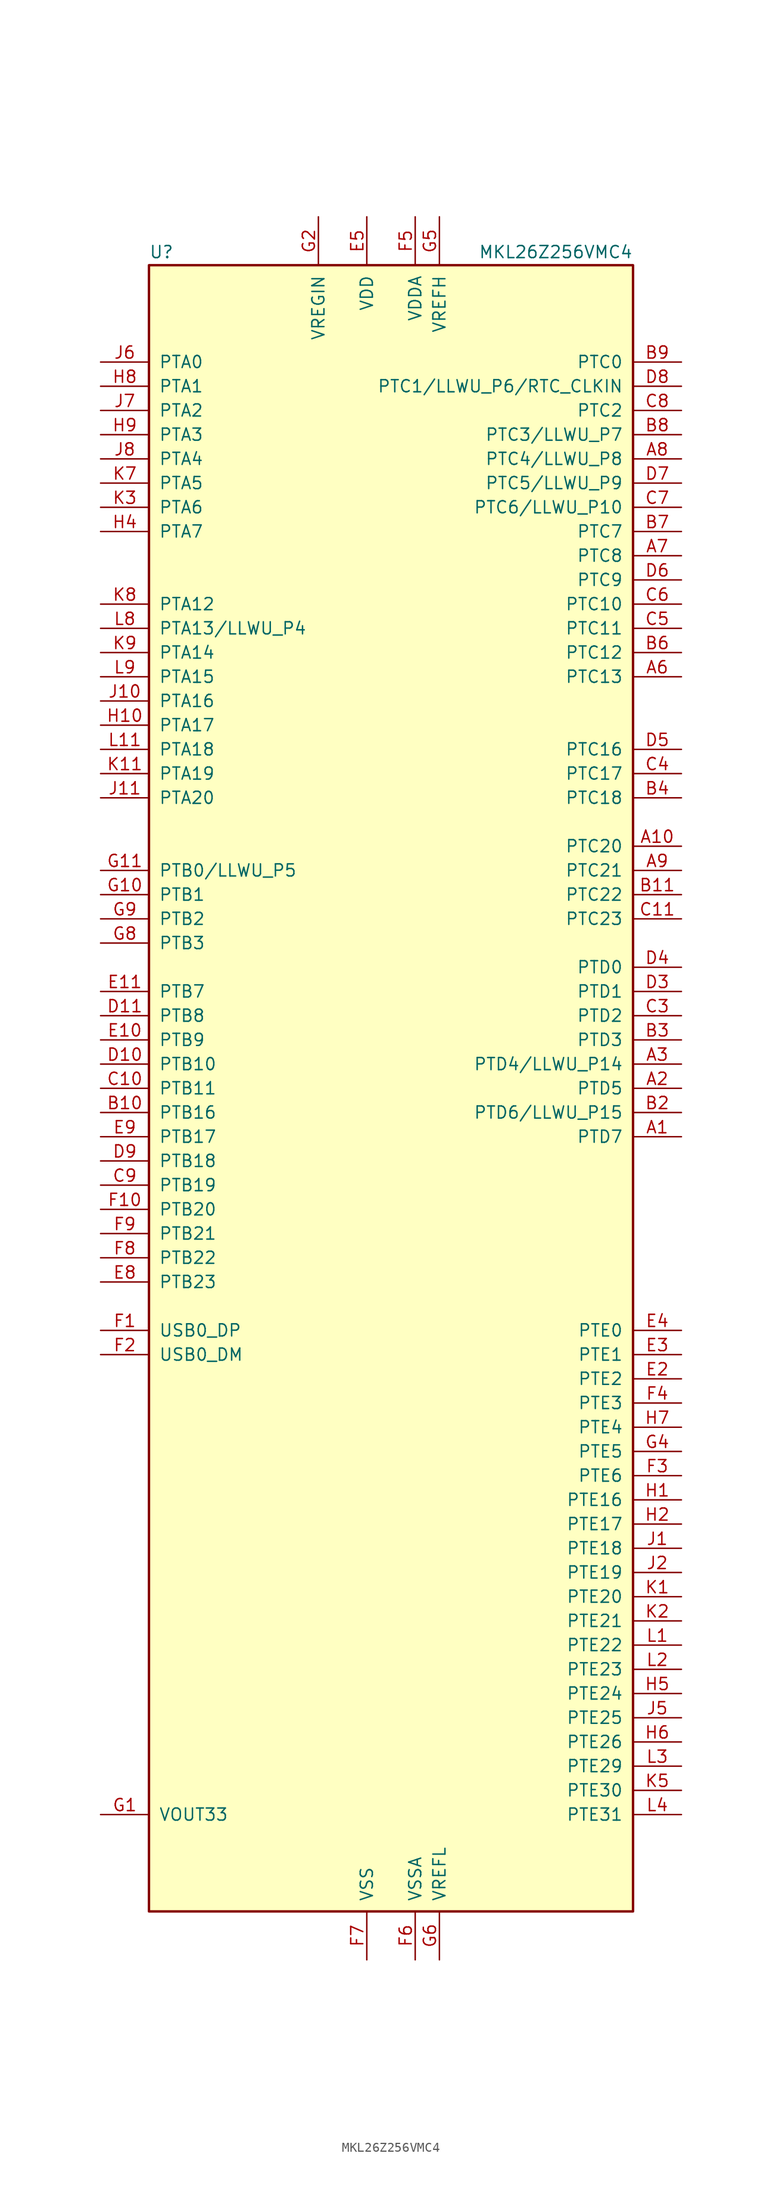
<source format=kicad_sym>
(kicad_symbol_lib
  (version 20241209)
  (generator "kicad_symbol_editor")
  (generator_version "9.0")
  (symbol "MKL26Z256VMC4"
    (pin_names
      (offset 1.016))
    (property "Reference" "U"
      (at -25.4 86.995 0)
      (effects (font (size 1.27 1.27)) (justify left bottom)))
    (property "Value" "MKL26Z256VMC4"
      (at 25.4 86.995 0)
      (effects (font (size 1.27 1.27)) (justify right bottom)))
    (symbol "MKL26Z256VMC4_0_1"
      (rectangle (start -25.4 86.36) (end 25.4 -86.36) (stroke (width 0.254) (type default)) (fill (type background))))
    (symbol "MKL26Z256VMC4_1_1"
      (pin bidirectional line (at -30.48 76.2 0) (length 5.08) (name "PTA0" (effects (font (size 1.27 1.27)))) (number "J6" (effects (font (size 1.27 1.27)))))
      (pin bidirectional line (at -30.48 73.66 0) (length 5.08) (name "PTA1" (effects (font (size 1.27 1.27)))) (number "H8" (effects (font (size 1.27 1.27)))))
      (pin bidirectional line (at -30.48 71.12 0) (length 5.08) (name "PTA2" (effects (font (size 1.27 1.27)))) (number "J7" (effects (font (size 1.27 1.27)))))
      (pin bidirectional line (at -30.48 68.58 0) (length 5.08) (name "PTA3" (effects (font (size 1.27 1.27)))) (number "H9" (effects (font (size 1.27 1.27)))))
      (pin bidirectional line (at -30.48 66.04 0) (length 5.08) (name "PTA4" (effects (font (size 1.27 1.27)))) (number "J8" (effects (font (size 1.27 1.27)))))
      (pin bidirectional line (at -30.48 63.5 0) (length 5.08) (name "PTA5" (effects (font (size 1.27 1.27)))) (number "K7" (effects (font (size 1.27 1.27)))))
      (pin bidirectional line (at -30.48 60.96 0) (length 5.08) (name "PTA6" (effects (font (size 1.27 1.27)))) (number "K3" (effects (font (size 1.27 1.27)))))
      (pin bidirectional line (at -30.48 58.42 0) (length 5.08) (name "PTA7" (effects (font (size 1.27 1.27)))) (number "H4" (effects (font (size 1.27 1.27)))))
      (pin bidirectional line (at -30.48 50.8 0) (length 5.08) (name "PTA12" (effects (font (size 1.27 1.27)))) (number "K8" (effects (font (size 1.27 1.27)))))
      (pin bidirectional line (at -30.48 48.26 0) (length 5.08) (name "PTA13/LLWU_P4" (effects (font (size 1.27 1.27)))) (number "L8" (effects (font (size 1.27 1.27)))))
      (pin bidirectional line (at -30.48 45.72 0) (length 5.08) (name "PTA14" (effects (font (size 1.27 1.27)))) (number "K9" (effects (font (size 1.27 1.27)))))
      (pin bidirectional line (at -30.48 43.18 0) (length 5.08) (name "PTA15" (effects (font (size 1.27 1.27)))) (number "L9" (effects (font (size 1.27 1.27)))))
      (pin bidirectional line (at -30.48 40.64 0) (length 5.08) (name "PTA16" (effects (font (size 1.27 1.27)))) (number "J10" (effects (font (size 1.27 1.27)))))
      (pin bidirectional line (at -30.48 38.1 0) (length 5.08) (name "PTA17" (effects (font (size 1.27 1.27)))) (number "H10" (effects (font (size 1.27 1.27)))))
      (pin bidirectional line (at -30.48 35.56 0) (length 5.08) (name "PTA18" (effects (font (size 1.27 1.27)))) (number "L11" (effects (font (size 1.27 1.27)))))
      (pin bidirectional line (at -30.48 33.02 0) (length 5.08) (name "PTA19" (effects (font (size 1.27 1.27)))) (number "K11" (effects (font (size 1.27 1.27)))))
      (pin bidirectional line (at -30.48 30.48 0) (length 5.08) (name "PTA20" (effects (font (size 1.27 1.27)))) (number "J11" (effects (font (size 1.27 1.27)))))
      (pin bidirectional line (at -30.48 22.86 0) (length 5.08) (name "PTB0/LLWU_P5" (effects (font (size 1.27 1.27)))) (number "G11" (effects (font (size 1.27 1.27)))))
      (pin bidirectional line (at -30.48 20.32 0) (length 5.08) (name "PTB1" (effects (font (size 1.27 1.27)))) (number "G10" (effects (font (size 1.27 1.27)))))
      (pin bidirectional line (at -30.48 17.78 0) (length 5.08) (name "PTB2" (effects (font (size 1.27 1.27)))) (number "G9" (effects (font (size 1.27 1.27)))))
      (pin bidirectional line (at -30.48 15.24 0) (length 5.08) (name "PTB3" (effects (font (size 1.27 1.27)))) (number "G8" (effects (font (size 1.27 1.27)))))
      (pin bidirectional line (at -30.48 10.16 0) (length 5.08) (name "PTB7" (effects (font (size 1.27 1.27)))) (number "E11" (effects (font (size 1.27 1.27)))))
      (pin bidirectional line (at -30.48 7.62 0) (length 5.08) (name "PTB8" (effects (font (size 1.27 1.27)))) (number "D11" (effects (font (size 1.27 1.27)))))
      (pin bidirectional line (at -30.48 5.08 0) (length 5.08) (name "PTB9" (effects (font (size 1.27 1.27)))) (number "E10" (effects (font (size 1.27 1.27)))))
      (pin bidirectional line (at -30.48 2.54 0) (length 5.08) (name "PTB10" (effects (font (size 1.27 1.27)))) (number "D10" (effects (font (size 1.27 1.27)))))
      (pin bidirectional line (at -30.48 0 0) (length 5.08) (name "PTB11" (effects (font (size 1.27 1.27)))) (number "C10" (effects (font (size 1.27 1.27)))))
      (pin bidirectional line (at -30.48 -2.54 0) (length 5.08) (name "PTB16" (effects (font (size 1.27 1.27)))) (number "B10" (effects (font (size 1.27 1.27)))))
      (pin bidirectional line (at -30.48 -5.08 0) (length 5.08) (name "PTB17" (effects (font (size 1.27 1.27)))) (number "E9" (effects (font (size 1.27 1.27)))))
      (pin bidirectional line (at -30.48 -7.62 0) (length 5.08) (name "PTB18" (effects (font (size 1.27 1.27)))) (number "D9" (effects (font (size 1.27 1.27)))))
      (pin bidirectional line (at -30.48 -10.16 0) (length 5.08) (name "PTB19" (effects (font (size 1.27 1.27)))) (number "C9" (effects (font (size 1.27 1.27)))))
      (pin bidirectional line (at -30.48 -12.7 0) (length 5.08) (name "PTB20" (effects (font (size 1.27 1.27)))) (number "F10" (effects (font (size 1.27 1.27)))))
      (pin bidirectional line (at -30.48 -15.24 0) (length 5.08) (name "PTB21" (effects (font (size 1.27 1.27)))) (number "F9" (effects (font (size 1.27 1.27)))))
      (pin bidirectional line (at -30.48 -17.78 0) (length 5.08) (name "PTB22" (effects (font (size 1.27 1.27)))) (number "F8" (effects (font (size 1.27 1.27)))))
      (pin bidirectional line (at -30.48 -20.32 0) (length 5.08) (name "PTB23" (effects (font (size 1.27 1.27)))) (number "E8" (effects (font (size 1.27 1.27)))))
      (pin bidirectional line (at -30.48 -25.4 0) (length 5.08) (name "USB0_DP" (effects (font (size 1.27 1.27)))) (number "F1" (effects (font (size 1.27 1.27)))))
      (pin bidirectional line (at -30.48 -27.94 0) (length 5.08) (name "USB0_DM" (effects (font (size 1.27 1.27)))) (number "F2" (effects (font (size 1.27 1.27)))))
      (pin power_out line (at -30.48 -76.2 0) (length 5.08) (name "VOUT33" (effects (font (size 1.27 1.27)))) (number "G1" (effects (font (size 1.27 1.27)))))
      (pin no_connect line (at -25.4 55.88 0) (length 5.08) (hide yes) (name "NC" (effects (font (size 1.27 1.27)))) (number "J9" (effects (font (size 1.27 1.27)))))
      (pin no_connect line (at -25.4 53.34 0) (length 5.08) (hide yes) (name "NC" (effects (font (size 1.27 1.27)))) (number "J4" (effects (font (size 1.27 1.27)))))
      (pin no_connect line (at -25.4 27.94 0) (length 5.08) (hide yes) (name "NC" (effects (font (size 1.27 1.27)))) (number "H11" (effects (font (size 1.27 1.27)))))
      (pin no_connect line (at -25.4 12.7 0) (length 5.08) (hide yes) (name "NC" (effects (font (size 1.27 1.27)))) (number "F11" (effects (font (size 1.27 1.27)))))
      (pin no_connect line (at -25.4 -63.5 0) (length 5.08) (hide yes) (name "NC" (effects (font (size 1.27 1.27)))) (number "H3" (effects (font (size 1.27 1.27)))))
      (pin no_connect line (at -25.4 -66.04 0) (length 5.08) (hide yes) (name "NC" (effects (font (size 1.27 1.27)))) (number "J3" (effects (font (size 1.27 1.27)))))
      (pin no_connect line (at -25.4 -68.58 0) (length 5.08) (hide yes) (name "NC" (effects (font (size 1.27 1.27)))) (number "K4" (effects (font (size 1.27 1.27)))))
      (pin no_connect line (at -25.4 -71.12 0) (length 5.08) (hide yes) (name "NC" (effects (font (size 1.27 1.27)))) (number "L7" (effects (font (size 1.27 1.27)))))
      (pin no_connect line (at -15.24 -86.36 90) (length 5.08) (hide yes) (name "NC" (effects (font (size 1.27 1.27)))) (number "A11" (effects (font (size 1.27 1.27)))))
      (pin power_in line (at -7.62 91.44 270) (length 5.08) (name "VREGIN" (effects (font (size 1.27 1.27)))) (number "G2" (effects (font (size 1.27 1.27)))))
      (pin power_in line (at -2.54 91.44 270) (length 5.08) (name "VDD" (effects (font (size 1.27 1.27)))) (number "E5" (effects (font (size 1.27 1.27)))))
      (pin passive line (at -2.54 91.44 270) (length 5.08) (hide yes) (name "VDD" (effects (font (size 1.27 1.27)))) (number "E6" (effects (font (size 1.27 1.27)))))
      (pin passive line (at -2.54 91.44 270) (length 5.08) (hide yes) (name "VDD" (effects (font (size 1.27 1.27)))) (number "E7" (effects (font (size 1.27 1.27)))))
      (pin passive line (at -2.54 91.44 270) (length 5.08) (hide yes) (name "VDD" (effects (font (size 1.27 1.27)))) (number "K6" (effects (font (size 1.27 1.27)))))
      (pin passive line (at -2.54 91.44 270) (length 5.08) (hide yes) (name "VDD" (effects (font (size 1.27 1.27)))) (number "L10" (effects (font (size 1.27 1.27)))))
      (pin power_in line (at -2.54 -91.44 90) (length 5.08) (name "VSS" (effects (font (size 1.27 1.27)))) (number "F7" (effects (font (size 1.27 1.27)))))
      (pin passive line (at -2.54 -91.44 90) (length 5.08) (hide yes) (name "VSS" (effects (font (size 1.27 1.27)))) (number "G3" (effects (font (size 1.27 1.27)))))
      (pin passive line (at -2.54 -91.44 90) (length 5.08) (hide yes) (name "VSS" (effects (font (size 1.27 1.27)))) (number "G7" (effects (font (size 1.27 1.27)))))
      (pin passive line (at -2.54 -91.44 90) (length 5.08) (hide yes) (name "VSS" (effects (font (size 1.27 1.27)))) (number "K10" (effects (font (size 1.27 1.27)))))
      (pin passive line (at -2.54 -91.44 90) (length 5.08) (hide yes) (name "VSS" (effects (font (size 1.27 1.27)))) (number "L5" (effects (font (size 1.27 1.27)))))
      (pin passive line (at -2.54 -91.44 90) (length 5.08) (hide yes) (name "VSS" (effects (font (size 1.27 1.27)))) (number "L6" (effects (font (size 1.27 1.27)))))
      (pin power_in line (at 2.54 91.44 270) (length 5.08) (name "VDDA" (effects (font (size 1.27 1.27)))) (number "F5" (effects (font (size 1.27 1.27)))))
      (pin power_in line (at 2.54 -91.44 90) (length 5.08) (name "VSSA" (effects (font (size 1.27 1.27)))) (number "F6" (effects (font (size 1.27 1.27)))))
      (pin power_in line (at 5.08 91.44 270) (length 5.08) (name "VREFH" (effects (font (size 1.27 1.27)))) (number "G5" (effects (font (size 1.27 1.27)))))
      (pin power_in line (at 5.08 -91.44 90) (length 5.08) (name "VREFL" (effects (font (size 1.27 1.27)))) (number "G6" (effects (font (size 1.27 1.27)))))
      (pin no_connect line (at 25.4 40.64 180) (length 5.08) (hide yes) (name "NC" (effects (font (size 1.27 1.27)))) (number "A5" (effects (font (size 1.27 1.27)))))
      (pin no_connect line (at 25.4 38.1 180) (length 5.08) (hide yes) (name "NC" (effects (font (size 1.27 1.27)))) (number "B5" (effects (font (size 1.27 1.27)))))
      (pin no_connect line (at 25.4 27.94 180) (length 5.08) (hide yes) (name "NC" (effects (font (size 1.27 1.27)))) (number "A4" (effects (font (size 1.27 1.27)))))
      (pin no_connect line (at 25.4 -7.62 180) (length 5.08) (hide yes) (name "NC" (effects (font (size 1.27 1.27)))) (number "B1" (effects (font (size 1.27 1.27)))))
      (pin no_connect line (at 25.4 -10.16 180) (length 5.08) (hide yes) (name "NC" (effects (font (size 1.27 1.27)))) (number "C2" (effects (font (size 1.27 1.27)))))
      (pin no_connect line (at 25.4 -12.7 180) (length 5.08) (hide yes) (name "NC" (effects (font (size 1.27 1.27)))) (number "C1" (effects (font (size 1.27 1.27)))))
      (pin no_connect line (at 25.4 -15.24 180) (length 5.08) (hide yes) (name "NC" (effects (font (size 1.27 1.27)))) (number "D2" (effects (font (size 1.27 1.27)))))
      (pin no_connect line (at 25.4 -17.78 180) (length 5.08) (hide yes) (name "NC" (effects (font (size 1.27 1.27)))) (number "D1" (effects (font (size 1.27 1.27)))))
      (pin no_connect line (at 25.4 -20.32 180) (length 5.08) (hide yes) (name "NC" (effects (font (size 1.27 1.27)))) (number "E1" (effects (font (size 1.27 1.27)))))
      (pin bidirectional line (at 30.48 76.2 180) (length 5.08) (name "PTC0" (effects (font (size 1.27 1.27)))) (number "B9" (effects (font (size 1.27 1.27)))))
      (pin bidirectional line (at 30.48 73.66 180) (length 5.08) (name "PTC1/LLWU_P6/RTC_CLKIN" (effects (font (size 1.27 1.27)))) (number "D8" (effects (font (size 1.27 1.27)))))
      (pin bidirectional line (at 30.48 71.12 180) (length 5.08) (name "PTC2" (effects (font (size 1.27 1.27)))) (number "C8" (effects (font (size 1.27 1.27)))))
      (pin bidirectional line (at 30.48 68.58 180) (length 5.08) (name "PTC3/LLWU_P7" (effects (font (size 1.27 1.27)))) (number "B8" (effects (font (size 1.27 1.27)))))
      (pin bidirectional line (at 30.48 66.04 180) (length 5.08) (name "PTC4/LLWU_P8" (effects (font (size 1.27 1.27)))) (number "A8" (effects (font (size 1.27 1.27)))))
      (pin bidirectional line (at 30.48 63.5 180) (length 5.08) (name "PTC5/LLWU_P9" (effects (font (size 1.27 1.27)))) (number "D7" (effects (font (size 1.27 1.27)))))
      (pin bidirectional line (at 30.48 60.96 180) (length 5.08) (name "PTC6/LLWU_P10" (effects (font (size 1.27 1.27)))) (number "C7" (effects (font (size 1.27 1.27)))))
      (pin bidirectional line (at 30.48 58.42 180) (length 5.08) (name "PTC7" (effects (font (size 1.27 1.27)))) (number "B7" (effects (font (size 1.27 1.27)))))
      (pin bidirectional line (at 30.48 55.88 180) (length 5.08) (name "PTC8" (effects (font (size 1.27 1.27)))) (number "A7" (effects (font (size 1.27 1.27)))))
      (pin bidirectional line (at 30.48 53.34 180) (length 5.08) (name "PTC9" (effects (font (size 1.27 1.27)))) (number "D6" (effects (font (size 1.27 1.27)))))
      (pin bidirectional line (at 30.48 50.8 180) (length 5.08) (name "PTC10" (effects (font (size 1.27 1.27)))) (number "C6" (effects (font (size 1.27 1.27)))))
      (pin bidirectional line (at 30.48 48.26 180) (length 5.08) (name "PTC11" (effects (font (size 1.27 1.27)))) (number "C5" (effects (font (size 1.27 1.27)))))
      (pin bidirectional line (at 30.48 45.72 180) (length 5.08) (name "PTC12" (effects (font (size 1.27 1.27)))) (number "B6" (effects (font (size 1.27 1.27)))))
      (pin bidirectional line (at 30.48 43.18 180) (length 5.08) (name "PTC13" (effects (font (size 1.27 1.27)))) (number "A6" (effects (font (size 1.27 1.27)))))
      (pin bidirectional line (at 30.48 35.56 180) (length 5.08) (name "PTC16" (effects (font (size 1.27 1.27)))) (number "D5" (effects (font (size 1.27 1.27)))))
      (pin bidirectional line (at 30.48 33.02 180) (length 5.08) (name "PTC17" (effects (font (size 1.27 1.27)))) (number "C4" (effects (font (size 1.27 1.27)))))
      (pin bidirectional line (at 30.48 30.48 180) (length 5.08) (name "PTC18" (effects (font (size 1.27 1.27)))) (number "B4" (effects (font (size 1.27 1.27)))))
      (pin bidirectional line (at 30.48 25.4 180) (length 5.08) (name "PTC20" (effects (font (size 1.27 1.27)))) (number "A10" (effects (font (size 1.27 1.27)))))
      (pin bidirectional line (at 30.48 22.86 180) (length 5.08) (name "PTC21" (effects (font (size 1.27 1.27)))) (number "A9" (effects (font (size 1.27 1.27)))))
      (pin bidirectional line (at 30.48 20.32 180) (length 5.08) (name "PTC22" (effects (font (size 1.27 1.27)))) (number "B11" (effects (font (size 1.27 1.27)))))
      (pin bidirectional line (at 30.48 17.78 180) (length 5.08) (name "PTC23" (effects (font (size 1.27 1.27)))) (number "C11" (effects (font (size 1.27 1.27)))))
      (pin bidirectional line (at 30.48 12.7 180) (length 5.08) (name "PTD0" (effects (font (size 1.27 1.27)))) (number "D4" (effects (font (size 1.27 1.27)))))
      (pin bidirectional line (at 30.48 10.16 180) (length 5.08) (name "PTD1" (effects (font (size 1.27 1.27)))) (number "D3" (effects (font (size 1.27 1.27)))))
      (pin bidirectional line (at 30.48 7.62 180) (length 5.08) (name "PTD2" (effects (font (size 1.27 1.27)))) (number "C3" (effects (font (size 1.27 1.27)))))
      (pin bidirectional line (at 30.48 5.08 180) (length 5.08) (name "PTD3" (effects (font (size 1.27 1.27)))) (number "B3" (effects (font (size 1.27 1.27)))))
      (pin bidirectional line (at 30.48 2.54 180) (length 5.08) (name "PTD4/LLWU_P14" (effects (font (size 1.27 1.27)))) (number "A3" (effects (font (size 1.27 1.27)))))
      (pin bidirectional line (at 30.48 0 180) (length 5.08) (name "PTD5" (effects (font (size 1.27 1.27)))) (number "A2" (effects (font (size 1.27 1.27)))))
      (pin bidirectional line (at 30.48 -2.54 180) (length 5.08) (name "PTD6/LLWU_P15" (effects (font (size 1.27 1.27)))) (number "B2" (effects (font (size 1.27 1.27)))))
      (pin bidirectional line (at 30.48 -5.08 180) (length 5.08) (name "PTD7" (effects (font (size 1.27 1.27)))) (number "A1" (effects (font (size 1.27 1.27)))))
      (pin bidirectional line (at 30.48 -25.4 180) (length 5.08) (name "PTE0" (effects (font (size 1.27 1.27)))) (number "E4" (effects (font (size 1.27 1.27)))))
      (pin bidirectional line (at 30.48 -27.94 180) (length 5.08) (name "PTE1" (effects (font (size 1.27 1.27)))) (number "E3" (effects (font (size 1.27 1.27)))))
      (pin bidirectional line (at 30.48 -30.48 180) (length 5.08) (name "PTE2" (effects (font (size 1.27 1.27)))) (number "E2" (effects (font (size 1.27 1.27)))))
      (pin bidirectional line (at 30.48 -33.02 180) (length 5.08) (name "PTE3" (effects (font (size 1.27 1.27)))) (number "F4" (effects (font (size 1.27 1.27)))))
      (pin bidirectional line (at 30.48 -35.56 180) (length 5.08) (name "PTE4" (effects (font (size 1.27 1.27)))) (number "H7" (effects (font (size 1.27 1.27)))))
      (pin bidirectional line (at 30.48 -38.1 180) (length 5.08) (name "PTE5" (effects (font (size 1.27 1.27)))) (number "G4" (effects (font (size 1.27 1.27)))))
      (pin bidirectional line (at 30.48 -40.64 180) (length 5.08) (name "PTE6" (effects (font (size 1.27 1.27)))) (number "F3" (effects (font (size 1.27 1.27)))))
      (pin bidirectional line (at 30.48 -43.18 180) (length 5.08) (name "PTE16" (effects (font (size 1.27 1.27)))) (number "H1" (effects (font (size 1.27 1.27)))))
      (pin bidirectional line (at 30.48 -45.72 180) (length 5.08) (name "PTE17" (effects (font (size 1.27 1.27)))) (number "H2" (effects (font (size 1.27 1.27)))))
      (pin bidirectional line (at 30.48 -48.26 180) (length 5.08) (name "PTE18" (effects (font (size 1.27 1.27)))) (number "J1" (effects (font (size 1.27 1.27)))))
      (pin bidirectional line (at 30.48 -50.8 180) (length 5.08) (name "PTE19" (effects (font (size 1.27 1.27)))) (number "J2" (effects (font (size 1.27 1.27)))))
      (pin bidirectional line (at 30.48 -53.34 180) (length 5.08) (name "PTE20" (effects (font (size 1.27 1.27)))) (number "K1" (effects (font (size 1.27 1.27)))))
      (pin bidirectional line (at 30.48 -55.88 180) (length 5.08) (name "PTE21" (effects (font (size 1.27 1.27)))) (number "K2" (effects (font (size 1.27 1.27)))))
      (pin bidirectional line (at 30.48 -58.42 180) (length 5.08) (name "PTE22" (effects (font (size 1.27 1.27)))) (number "L1" (effects (font (size 1.27 1.27)))))
      (pin bidirectional line (at 30.48 -60.96 180) (length 5.08) (name "PTE23" (effects (font (size 1.27 1.27)))) (number "L2" (effects (font (size 1.27 1.27)))))
      (pin bidirectional line (at 30.48 -63.5 180) (length 5.08) (name "PTE24" (effects (font (size 1.27 1.27)))) (number "H5" (effects (font (size 1.27 1.27)))))
      (pin bidirectional line (at 30.48 -66.04 180) (length 5.08) (name "PTE25" (effects (font (size 1.27 1.27)))) (number "J5" (effects (font (size 1.27 1.27)))))
      (pin bidirectional line (at 30.48 -68.58 180) (length 5.08) (name "PTE26" (effects (font (size 1.27 1.27)))) (number "H6" (effects (font (size 1.27 1.27)))))
      (pin bidirectional line (at 30.48 -71.12 180) (length 5.08) (name "PTE29" (effects (font (size 1.27 1.27)))) (number "L3" (effects (font (size 1.27 1.27)))))
      (pin bidirectional line (at 30.48 -73.66 180) (length 5.08) (name "PTE30" (effects (font (size 1.27 1.27)))) (number "K5" (effects (font (size 1.27 1.27)))))
      (pin bidirectional line (at 30.48 -76.2 180) (length 5.08) (name "PTE31" (effects (font (size 1.27 1.27)))) (number "L4" (effects (font (size 1.27 1.27))))))))
</source>
